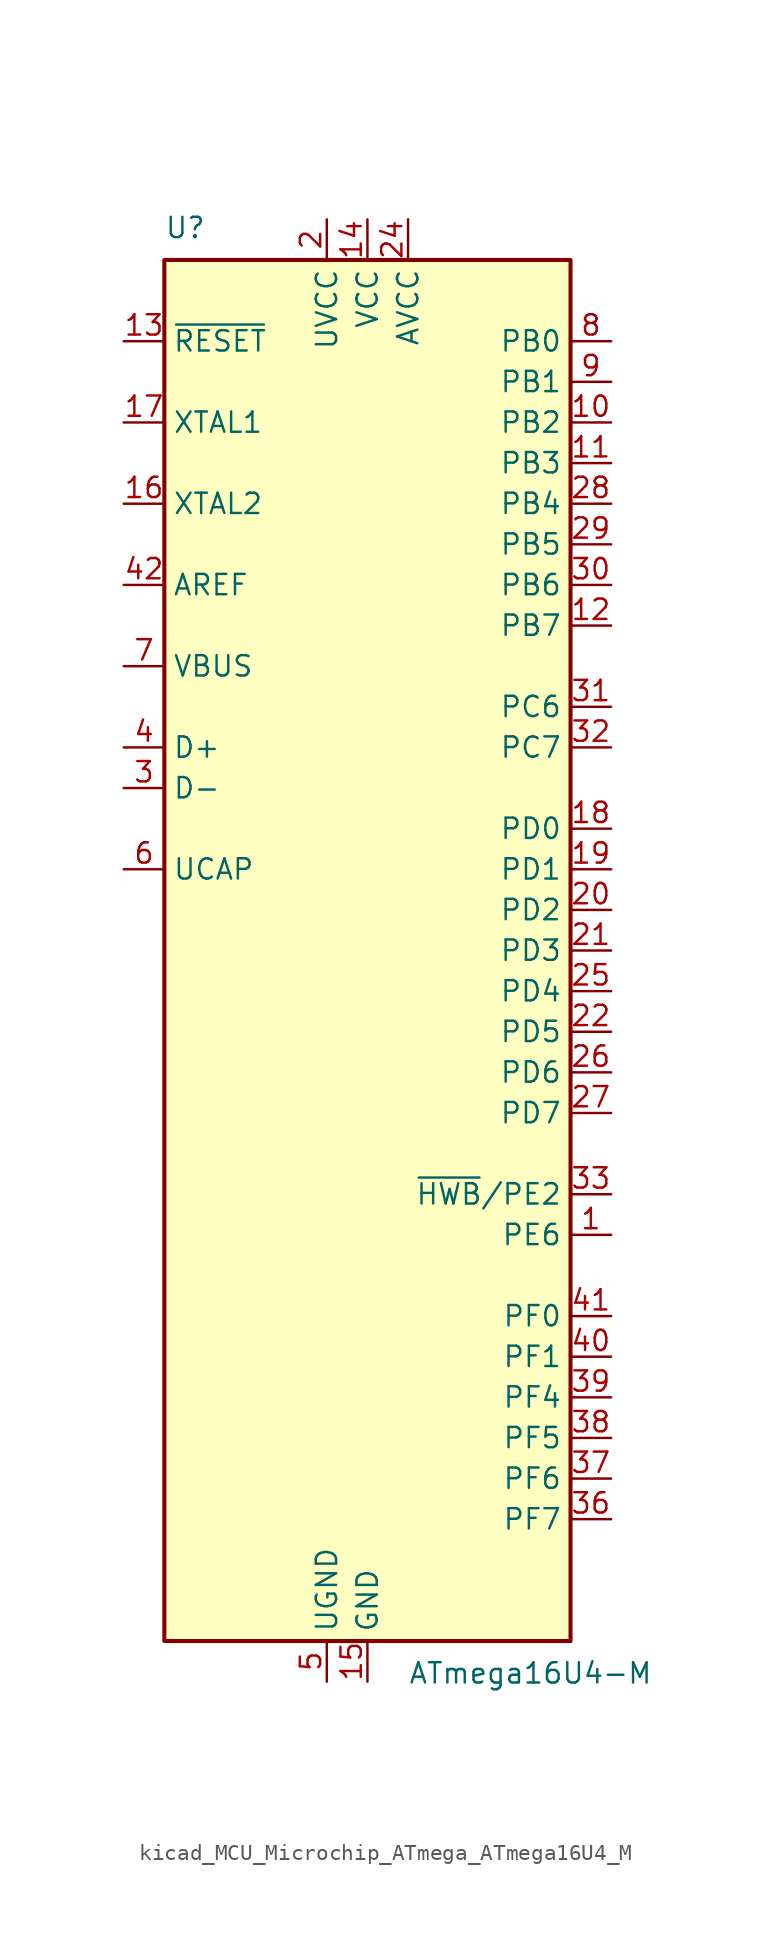
<source format=kicad_sym>
(kicad_symbol_lib
  (version 20220914)
  (generator kicad_symbol_editor)
  (symbol "kicad_MCU_Microchip_ATmega_ATmega16U4_M"
    (property "Reference" "U"
      (at -12.7 44.45 0)
      (effects (font (size 1.27 1.27)) (justify left bottom)))
    (property "Value" "ATmega16U4-M"
      (at 2.54 -44.45 0)
      (effects (font (size 1.27 1.27)) (justify left top)))
    (symbol "kicad_MCU_Microchip_ATmega_ATmega16U4_M_0_1"
      (rectangle (start -12.7 -43.18) (end 12.7 43.18) (stroke (width 0.254) (type default)) (fill (type background))))
    (symbol "kicad_MCU_Microchip_ATmega_ATmega16U4_M_1_1"
      (pin bidirectional line (at 15.24 -17.78 180) (length 2.54) (name "PE6" (effects (font (size 1.27 1.27)))) (number "1" (effects (font (size 1.27 1.27)))))
      (pin bidirectional line (at 15.24 33.02 180) (length 2.54) (name "PB2" (effects (font (size 1.27 1.27)))) (number "10" (effects (font (size 1.27 1.27)))))
      (pin bidirectional line (at 15.24 30.48 180) (length 2.54) (name "PB3" (effects (font (size 1.27 1.27)))) (number "11" (effects (font (size 1.27 1.27)))))
      (pin bidirectional line (at 15.24 20.32 180) (length 2.54) (name "PB7" (effects (font (size 1.27 1.27)))) (number "12" (effects (font (size 1.27 1.27)))))
      (pin input line (at -15.24 38.1 0) (length 2.54) (name "~{RESET}" (effects (font (size 1.27 1.27)))) (number "13" (effects (font (size 1.27 1.27)))))
      (pin power_in line (at 0 45.72 270) (length 2.54) (name "VCC" (effects (font (size 1.27 1.27)))) (number "14" (effects (font (size 1.27 1.27)))))
      (pin power_in line (at 0 -45.72 90) (length 2.54) (name "GND" (effects (font (size 1.27 1.27)))) (number "15" (effects (font (size 1.27 1.27)))))
      (pin output line (at -15.24 27.94 0) (length 2.54) (name "XTAL2" (effects (font (size 1.27 1.27)))) (number "16" (effects (font (size 1.27 1.27)))))
      (pin input line (at -15.24 33.02 0) (length 2.54) (name "XTAL1" (effects (font (size 1.27 1.27)))) (number "17" (effects (font (size 1.27 1.27)))))
      (pin bidirectional line (at 15.24 7.62 180) (length 2.54) (name "PD0" (effects (font (size 1.27 1.27)))) (number "18" (effects (font (size 1.27 1.27)))))
      (pin bidirectional line (at 15.24 5.08 180) (length 2.54) (name "PD1" (effects (font (size 1.27 1.27)))) (number "19" (effects (font (size 1.27 1.27)))))
      (pin power_in line (at -2.54 45.72 270) (length 2.54) (name "UVCC" (effects (font (size 1.27 1.27)))) (number "2" (effects (font (size 1.27 1.27)))))
      (pin bidirectional line (at 15.24 2.54 180) (length 2.54) (name "PD2" (effects (font (size 1.27 1.27)))) (number "20" (effects (font (size 1.27 1.27)))))
      (pin bidirectional line (at 15.24 0 180) (length 2.54) (name "PD3" (effects (font (size 1.27 1.27)))) (number "21" (effects (font (size 1.27 1.27)))))
      (pin bidirectional line (at 15.24 -5.08 180) (length 2.54) (name "PD5" (effects (font (size 1.27 1.27)))) (number "22" (effects (font (size 1.27 1.27)))))
      (pin passive line (at 0 -45.72 90) (length 2.54) hide (name "GND" (effects (font (size 1.27 1.27)))) (number "23" (effects (font (size 1.27 1.27)))))
      (pin power_in line (at 2.54 45.72 270) (length 2.54) (name "AVCC" (effects (font (size 1.27 1.27)))) (number "24" (effects (font (size 1.27 1.27)))))
      (pin bidirectional line (at 15.24 -2.54 180) (length 2.54) (name "PD4" (effects (font (size 1.27 1.27)))) (number "25" (effects (font (size 1.27 1.27)))))
      (pin bidirectional line (at 15.24 -7.62 180) (length 2.54) (name "PD6" (effects (font (size 1.27 1.27)))) (number "26" (effects (font (size 1.27 1.27)))))
      (pin bidirectional line (at 15.24 -10.16 180) (length 2.54) (name "PD7" (effects (font (size 1.27 1.27)))) (number "27" (effects (font (size 1.27 1.27)))))
      (pin bidirectional line (at 15.24 27.94 180) (length 2.54) (name "PB4" (effects (font (size 1.27 1.27)))) (number "28" (effects (font (size 1.27 1.27)))))
      (pin bidirectional line (at 15.24 25.4 180) (length 2.54) (name "PB5" (effects (font (size 1.27 1.27)))) (number "29" (effects (font (size 1.27 1.27)))))
      (pin bidirectional line (at -15.24 10.16 0) (length 2.54) (name "D-" (effects (font (size 1.27 1.27)))) (number "3" (effects (font (size 1.27 1.27)))))
      (pin bidirectional line (at 15.24 22.86 180) (length 2.54) (name "PB6" (effects (font (size 1.27 1.27)))) (number "30" (effects (font (size 1.27 1.27)))))
      (pin bidirectional line (at 15.24 15.24 180) (length 2.54) (name "PC6" (effects (font (size 1.27 1.27)))) (number "31" (effects (font (size 1.27 1.27)))))
      (pin bidirectional line (at 15.24 12.7 180) (length 2.54) (name "PC7" (effects (font (size 1.27 1.27)))) (number "32" (effects (font (size 1.27 1.27)))))
      (pin bidirectional line (at 15.24 -15.24 180) (length 2.54) (name "~{HWB}/PE2" (effects (font (size 1.27 1.27)))) (number "33" (effects (font (size 1.27 1.27)))))
      (pin passive line (at 0 45.72 270) (length 2.54) hide (name "VCC" (effects (font (size 1.27 1.27)))) (number "34" (effects (font (size 1.27 1.27)))))
      (pin passive line (at 0 -45.72 90) (length 2.54) hide (name "GND" (effects (font (size 1.27 1.27)))) (number "35" (effects (font (size 1.27 1.27)))))
      (pin bidirectional line (at 15.24 -35.56 180) (length 2.54) (name "PF7" (effects (font (size 1.27 1.27)))) (number "36" (effects (font (size 1.27 1.27)))))
      (pin bidirectional line (at 15.24 -33.02 180) (length 2.54) (name "PF6" (effects (font (size 1.27 1.27)))) (number "37" (effects (font (size 1.27 1.27)))))
      (pin bidirectional line (at 15.24 -30.48 180) (length 2.54) (name "PF5" (effects (font (size 1.27 1.27)))) (number "38" (effects (font (size 1.27 1.27)))))
      (pin bidirectional line (at 15.24 -27.94 180) (length 2.54) (name "PF4" (effects (font (size 1.27 1.27)))) (number "39" (effects (font (size 1.27 1.27)))))
      (pin bidirectional line (at -15.24 12.7 0) (length 2.54) (name "D+" (effects (font (size 1.27 1.27)))) (number "4" (effects (font (size 1.27 1.27)))))
      (pin bidirectional line (at 15.24 -25.4 180) (length 2.54) (name "PF1" (effects (font (size 1.27 1.27)))) (number "40" (effects (font (size 1.27 1.27)))))
      (pin bidirectional line (at 15.24 -22.86 180) (length 2.54) (name "PF0" (effects (font (size 1.27 1.27)))) (number "41" (effects (font (size 1.27 1.27)))))
      (pin passive line (at -15.24 22.86 0) (length 2.54) (name "AREF" (effects (font (size 1.27 1.27)))) (number "42" (effects (font (size 1.27 1.27)))))
      (pin passive line (at 0 -45.72 90) (length 2.54) hide (name "GND" (effects (font (size 1.27 1.27)))) (number "43" (effects (font (size 1.27 1.27)))))
      (pin passive line (at 2.54 45.72 270) (length 2.54) hide (name "AVCC" (effects (font (size 1.27 1.27)))) (number "44" (effects (font (size 1.27 1.27)))))
      (pin passive line (at 0 -45.72 90) (length 2.54) hide (name "GND" (effects (font (size 1.27 1.27)))) (number "45" (effects (font (size 1.27 1.27)))))
      (pin passive line (at -2.54 -45.72 90) (length 2.54) (name "UGND" (effects (font (size 1.27 1.27)))) (number "5" (effects (font (size 1.27 1.27)))))
      (pin passive line (at -15.24 5.08 0) (length 2.54) (name "UCAP" (effects (font (size 1.27 1.27)))) (number "6" (effects (font (size 1.27 1.27)))))
      (pin input line (at -15.24 17.78 0) (length 2.54) (name "VBUS" (effects (font (size 1.27 1.27)))) (number "7" (effects (font (size 1.27 1.27)))))
      (pin bidirectional line (at 15.24 38.1 180) (length 2.54) (name "PB0" (effects (font (size 1.27 1.27)))) (number "8" (effects (font (size 1.27 1.27)))))
      (pin bidirectional line (at 15.24 35.56 180) (length 2.54) (name "PB1" (effects (font (size 1.27 1.27)))) (number "9" (effects (font (size 1.27 1.27))))))))
</source>
